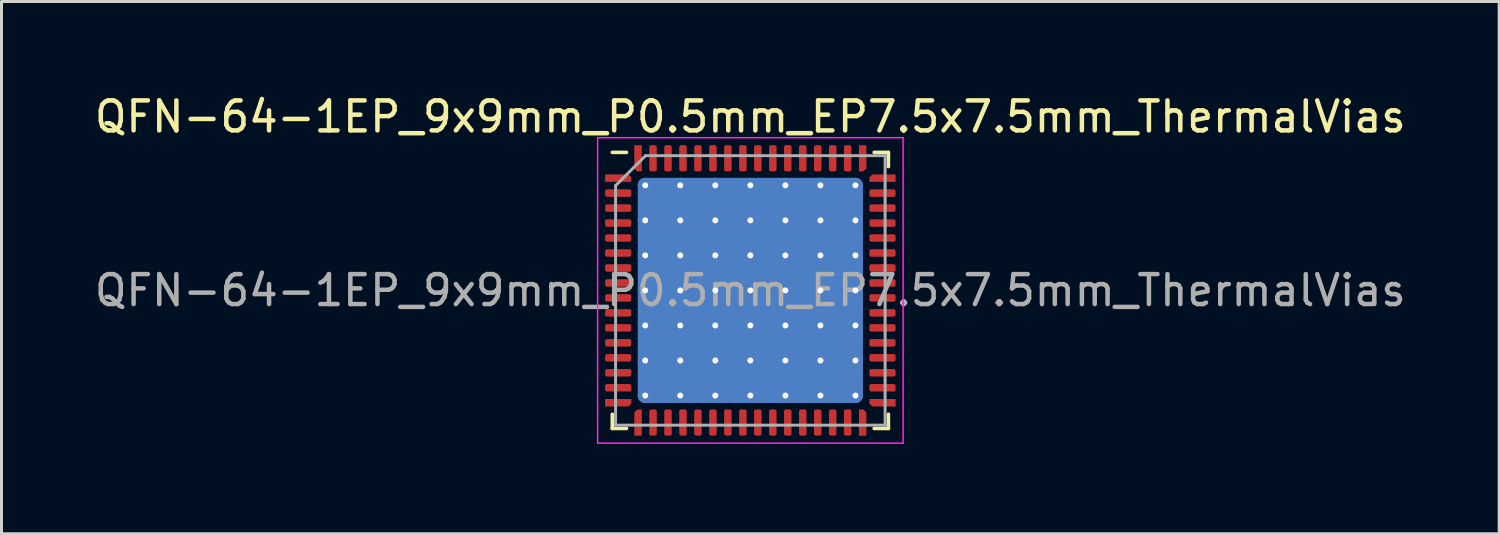
<source format=kicad_pcb>
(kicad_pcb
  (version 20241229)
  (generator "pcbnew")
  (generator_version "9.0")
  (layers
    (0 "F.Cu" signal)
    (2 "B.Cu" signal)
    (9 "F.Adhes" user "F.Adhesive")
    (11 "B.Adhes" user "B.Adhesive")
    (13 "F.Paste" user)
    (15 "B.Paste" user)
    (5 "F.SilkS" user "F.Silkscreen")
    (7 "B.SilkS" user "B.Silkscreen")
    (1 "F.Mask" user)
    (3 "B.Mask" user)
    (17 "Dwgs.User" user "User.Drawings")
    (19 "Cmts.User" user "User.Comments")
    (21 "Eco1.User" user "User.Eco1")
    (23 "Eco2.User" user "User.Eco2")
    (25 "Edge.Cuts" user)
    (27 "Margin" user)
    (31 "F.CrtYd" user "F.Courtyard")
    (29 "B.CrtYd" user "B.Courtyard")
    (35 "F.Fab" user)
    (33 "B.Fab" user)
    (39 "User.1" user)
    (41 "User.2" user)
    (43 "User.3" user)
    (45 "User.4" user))
  (footprint "QFN-64-1EP_9x9mm_P0.5mm_EP7.5x7.5mm_ThermalVias"
    (layer "F.Cu")
    (at 22.006 6.648)
    (property "Reference" "QFN-64-1EP_9x9mm_P0.5mm_EP7.5x7.5mm_ThermalVias" (at 0 -5.8 0) (layer "F.SilkS") (effects (font (size 1 1) (thickness 0.15))))
    (attr smd)
    (fp_line (start -4.61 4.61) (end -4.61 4.135) (stroke (width 0.12) (type solid)) (layer "F.SilkS"))
    (fp_line (start -4.135 -4.61) (end -4.61 -4.61) (stroke (width 0.12) (type solid)) (layer "F.SilkS"))
    (fp_line (start -4.135 4.61) (end -4.61 4.61) (stroke (width 0.12) (type solid)) (layer "F.SilkS"))
    (fp_line (start 4.135 -4.61) (end 4.61 -4.61) (stroke (width 0.12) (type solid)) (layer "F.SilkS"))
    (fp_line (start 4.135 4.61) (end 4.61 4.61) (stroke (width 0.12) (type solid)) (layer "F.SilkS"))
    (fp_line (start 4.61 -4.61) (end 4.61 -4.135) (stroke (width 0.12) (type solid)) (layer "F.SilkS"))
    (fp_line (start 4.61 4.61) (end 4.61 4.135) (stroke (width 0.12) (type solid)) (layer "F.SilkS"))
    (fp_line (start -5.1 -5.1) (end -5.1 5.1) (stroke (width 0.05) (type solid)) (layer "F.CrtYd"))
    (fp_line (start -5.1 5.1) (end 5.1 5.1) (stroke (width 0.05) (type solid)) (layer "F.CrtYd"))
    (fp_line (start 5.1 -5.1) (end -5.1 -5.1) (stroke (width 0.05) (type solid)) (layer "F.CrtYd"))
    (fp_line (start 5.1 5.1) (end 5.1 -5.1) (stroke (width 0.05) (type solid)) (layer "F.CrtYd"))
    (fp_line (start -4.5 -3.5) (end -3.5 -4.5) (stroke (width 0.1) (type solid)) (layer "F.Fab"))
    (fp_line (start -4.5 4.5) (end -4.5 -3.5) (stroke (width 0.1) (type solid)) (layer "F.Fab"))
    (fp_line (start -3.5 -4.5) (end 4.5 -4.5) (stroke (width 0.1) (type solid)) (layer "F.Fab"))
    (fp_line (start 4.5 -4.5) (end 4.5 4.5) (stroke (width 0.1) (type solid)) (layer "F.Fab"))
    (fp_line (start 4.5 4.5) (end -4.5 4.5) (stroke (width 0.1) (type solid)) (layer "F.Fab"))
    (fp_text user "${REFERENCE}" (at 0 0 0) (layer "F.Fab") (effects (font (size 1 1) (thickness 0.15))))
    (pad "" smd custom (at -2.925 -2.925) (size 0.922 0.922) (layers "F.Paste") (options (anchor circle)) (primitives (gr_poly (pts (xy -0.504 -0.383) (xy -0.383 -0.504) (xy 0.383 -0.504) (xy 0.504 -0.383) (xy 0.504 0.383) (xy 0.383 0.504) (xy -0.383 0.504) (xy -0.504 0.383)) (width 0) (fill yes))))
    (pad "" smd custom (at -2.925 -1.755) (size 0.922 0.922) (layers "F.Paste") (options (anchor circle)) (primitives (gr_poly (pts (xy -0.504 -0.383) (xy -0.383 -0.504) (xy 0.383 -0.504) (xy 0.504 -0.383) (xy 0.504 0.383) (xy 0.383 0.504) (xy -0.383 0.504) (xy -0.504 0.383)) (width 0) (fill yes))))
    (pad "" smd custom (at -2.925 -0.585) (size 0.922 0.922) (layers "F.Paste") (options (anchor circle)) (primitives (gr_poly (pts (xy -0.504 -0.383) (xy -0.383 -0.504) (xy 0.383 -0.504) (xy 0.504 -0.383) (xy 0.504 0.383) (xy 0.383 0.504) (xy -0.383 0.504) (xy -0.504 0.383)) (width 0) (fill yes))))
    (pad "" smd custom (at -2.925 0.585) (size 0.922 0.922) (layers "F.Paste") (options (anchor circle)) (primitives (gr_poly (pts (xy -0.504 -0.383) (xy -0.383 -0.504) (xy 0.383 -0.504) (xy 0.504 -0.383) (xy 0.504 0.383) (xy 0.383 0.504) (xy -0.383 0.504) (xy -0.504 0.383)) (width 0) (fill yes))))
    (pad "" smd custom (at -2.925 1.755) (size 0.922 0.922) (layers "F.Paste") (options (anchor circle)) (primitives (gr_poly (pts (xy -0.504 -0.383) (xy -0.383 -0.504) (xy 0.383 -0.504) (xy 0.504 -0.383) (xy 0.504 0.383) (xy 0.383 0.504) (xy -0.383 0.504) (xy -0.504 0.383)) (width 0) (fill yes))))
    (pad "" smd custom (at -2.925 2.925) (size 0.922 0.922) (layers "F.Paste") (options (anchor circle)) (primitives (gr_poly (pts (xy -0.504 -0.383) (xy -0.383 -0.504) (xy 0.383 -0.504) (xy 0.504 -0.383) (xy 0.504 0.383) (xy 0.383 0.504) (xy -0.383 0.504) (xy -0.504 0.383)) (width 0) (fill yes))))
    (pad "" smd custom (at -1.755 -2.925) (size 0.922 0.922) (layers "F.Paste") (options (anchor circle)) (primitives (gr_poly (pts (xy -0.504 -0.383) (xy -0.383 -0.504) (xy 0.383 -0.504) (xy 0.504 -0.383) (xy 0.504 0.383) (xy 0.383 0.504) (xy -0.383 0.504) (xy -0.504 0.383)) (width 0) (fill yes))))
    (pad "" smd custom (at -1.755 -1.755) (size 0.922 0.922) (layers "F.Paste") (options (anchor circle)) (primitives (gr_poly (pts (xy -0.504 -0.383) (xy -0.383 -0.504) (xy 0.383 -0.504) (xy 0.504 -0.383) (xy 0.504 0.383) (xy 0.383 0.504) (xy -0.383 0.504) (xy -0.504 0.383)) (width 0) (fill yes))))
    (pad "" smd custom (at -1.755 -0.585) (size 0.922 0.922) (layers "F.Paste") (options (anchor circle)) (primitives (gr_poly (pts (xy -0.504 -0.383) (xy -0.383 -0.504) (xy 0.383 -0.504) (xy 0.504 -0.383) (xy 0.504 0.383) (xy 0.383 0.504) (xy -0.383 0.504) (xy -0.504 0.383)) (width 0) (fill yes))))
    (pad "" smd custom (at -1.755 0.585) (size 0.922 0.922) (layers "F.Paste") (options (anchor circle)) (primitives (gr_poly (pts (xy -0.504 -0.383) (xy -0.383 -0.504) (xy 0.383 -0.504) (xy 0.504 -0.383) (xy 0.504 0.383) (xy 0.383 0.504) (xy -0.383 0.504) (xy -0.504 0.383)) (width 0) (fill yes))))
    (pad "" smd custom (at -1.755 1.755) (size 0.922 0.922) (layers "F.Paste") (options (anchor circle)) (primitives (gr_poly (pts (xy -0.504 -0.383) (xy -0.383 -0.504) (xy 0.383 -0.504) (xy 0.504 -0.383) (xy 0.504 0.383) (xy 0.383 0.504) (xy -0.383 0.504) (xy -0.504 0.383)) (width 0) (fill yes))))
    (pad "" smd custom (at -1.755 2.925) (size 0.922 0.922) (layers "F.Paste") (options (anchor circle)) (primitives (gr_poly (pts (xy -0.504 -0.383) (xy -0.383 -0.504) (xy 0.383 -0.504) (xy 0.504 -0.383) (xy 0.504 0.383) (xy 0.383 0.504) (xy -0.383 0.504) (xy -0.504 0.383)) (width 0) (fill yes))))
    (pad "" smd custom (at -0.585 -2.925) (size 0.922 0.922) (layers "F.Paste") (options (anchor circle)) (primitives (gr_poly (pts (xy -0.504 -0.383) (xy -0.383 -0.504) (xy 0.383 -0.504) (xy 0.504 -0.383) (xy 0.504 0.383) (xy 0.383 0.504) (xy -0.383 0.504) (xy -0.504 0.383)) (width 0) (fill yes))))
    (pad "" smd custom (at -0.585 -1.755) (size 0.922 0.922) (layers "F.Paste") (options (anchor circle)) (primitives (gr_poly (pts (xy -0.504 -0.383) (xy -0.383 -0.504) (xy 0.383 -0.504) (xy 0.504 -0.383) (xy 0.504 0.383) (xy 0.383 0.504) (xy -0.383 0.504) (xy -0.504 0.383)) (width 0) (fill yes))))
    (pad "" smd custom (at -0.585 -0.585) (size 0.922 0.922) (layers "F.Paste") (options (anchor circle)) (primitives (gr_poly (pts (xy -0.504 -0.383) (xy -0.383 -0.504) (xy 0.383 -0.504) (xy 0.504 -0.383) (xy 0.504 0.383) (xy 0.383 0.504) (xy -0.383 0.504) (xy -0.504 0.383)) (width 0) (fill yes))))
    (pad "" smd custom (at -0.585 0.585) (size 0.922 0.922) (layers "F.Paste") (options (anchor circle)) (primitives (gr_poly (pts (xy -0.504 -0.383) (xy -0.383 -0.504) (xy 0.383 -0.504) (xy 0.504 -0.383) (xy 0.504 0.383) (xy 0.383 0.504) (xy -0.383 0.504) (xy -0.504 0.383)) (width 0) (fill yes))))
    (pad "" smd custom (at -0.585 1.755) (size 0.922 0.922) (layers "F.Paste") (options (anchor circle)) (primitives (gr_poly (pts (xy -0.504 -0.383) (xy -0.383 -0.504) (xy 0.383 -0.504) (xy 0.504 -0.383) (xy 0.504 0.383) (xy 0.383 0.504) (xy -0.383 0.504) (xy -0.504 0.383)) (width 0) (fill yes))))
    (pad "" smd custom (at -0.585 2.925) (size 0.922 0.922) (layers "F.Paste") (options (anchor circle)) (primitives (gr_poly (pts (xy -0.504 -0.383) (xy -0.383 -0.504) (xy 0.383 -0.504) (xy 0.504 -0.383) (xy 0.504 0.383) (xy 0.383 0.504) (xy -0.383 0.504) (xy -0.504 0.383)) (width 0) (fill yes))))
    (pad "" smd custom (at 0.585 -2.925) (size 0.922 0.922) (layers "F.Paste") (options (anchor circle)) (primitives (gr_poly (pts (xy -0.504 -0.383) (xy -0.383 -0.504) (xy 0.383 -0.504) (xy 0.504 -0.383) (xy 0.504 0.383) (xy 0.383 0.504) (xy -0.383 0.504) (xy -0.504 0.383)) (width 0) (fill yes))))
    (pad "" smd custom (at 0.585 -1.755) (size 0.922 0.922) (layers "F.Paste") (options (anchor circle)) (primitives (gr_poly (pts (xy -0.504 -0.383) (xy -0.383 -0.504) (xy 0.383 -0.504) (xy 0.504 -0.383) (xy 0.504 0.383) (xy 0.383 0.504) (xy -0.383 0.504) (xy -0.504 0.383)) (width 0) (fill yes))))
    (pad "" smd custom (at 0.585 -0.585) (size 0.922 0.922) (layers "F.Paste") (options (anchor circle)) (primitives (gr_poly (pts (xy -0.504 -0.383) (xy -0.383 -0.504) (xy 0.383 -0.504) (xy 0.504 -0.383) (xy 0.504 0.383) (xy 0.383 0.504) (xy -0.383 0.504) (xy -0.504 0.383)) (width 0) (fill yes))))
    (pad "" smd custom (at 0.585 0.585) (size 0.922 0.922) (layers "F.Paste") (options (anchor circle)) (primitives (gr_poly (pts (xy -0.504 -0.383) (xy -0.383 -0.504) (xy 0.383 -0.504) (xy 0.504 -0.383) (xy 0.504 0.383) (xy 0.383 0.504) (xy -0.383 0.504) (xy -0.504 0.383)) (width 0) (fill yes))))
    (pad "" smd custom (at 0.585 1.755) (size 0.922 0.922) (layers "F.Paste") (options (anchor circle)) (primitives (gr_poly (pts (xy -0.504 -0.383) (xy -0.383 -0.504) (xy 0.383 -0.504) (xy 0.504 -0.383) (xy 0.504 0.383) (xy 0.383 0.504) (xy -0.383 0.504) (xy -0.504 0.383)) (width 0) (fill yes))))
    (pad "" smd custom (at 0.585 2.925) (size 0.922 0.922) (layers "F.Paste") (options (anchor circle)) (primitives (gr_poly (pts (xy -0.504 -0.383) (xy -0.383 -0.504) (xy 0.383 -0.504) (xy 0.504 -0.383) (xy 0.504 0.383) (xy 0.383 0.504) (xy -0.383 0.504) (xy -0.504 0.383)) (width 0) (fill yes))))
    (pad "" smd custom (at 1.755 -2.925) (size 0.922 0.922) (layers "F.Paste") (options (anchor circle)) (primitives (gr_poly (pts (xy -0.504 -0.383) (xy -0.383 -0.504) (xy 0.383 -0.504) (xy 0.504 -0.383) (xy 0.504 0.383) (xy 0.383 0.504) (xy -0.383 0.504) (xy -0.504 0.383)) (width 0) (fill yes))))
    (pad "" smd custom (at 1.755 -1.755) (size 0.922 0.922) (layers "F.Paste") (options (anchor circle)) (primitives (gr_poly (pts (xy -0.504 -0.383) (xy -0.383 -0.504) (xy 0.383 -0.504) (xy 0.504 -0.383) (xy 0.504 0.383) (xy 0.383 0.504) (xy -0.383 0.504) (xy -0.504 0.383)) (width 0) (fill yes))))
    (pad "" smd custom (at 1.755 -0.585) (size 0.922 0.922) (layers "F.Paste") (options (anchor circle)) (primitives (gr_poly (pts (xy -0.504 -0.383) (xy -0.383 -0.504) (xy 0.383 -0.504) (xy 0.504 -0.383) (xy 0.504 0.383) (xy 0.383 0.504) (xy -0.383 0.504) (xy -0.504 0.383)) (width 0) (fill yes))))
    (pad "" smd custom (at 1.755 0.585) (size 0.922 0.922) (layers "F.Paste") (options (anchor circle)) (primitives (gr_poly (pts (xy -0.504 -0.383) (xy -0.383 -0.504) (xy 0.383 -0.504) (xy 0.504 -0.383) (xy 0.504 0.383) (xy 0.383 0.504) (xy -0.383 0.504) (xy -0.504 0.383)) (width 0) (fill yes))))
    (pad "" smd custom (at 1.755 1.755) (size 0.922 0.922) (layers "F.Paste") (options (anchor circle)) (primitives (gr_poly (pts (xy -0.504 -0.383) (xy -0.383 -0.504) (xy 0.383 -0.504) (xy 0.504 -0.383) (xy 0.504 0.383) (xy 0.383 0.504) (xy -0.383 0.504) (xy -0.504 0.383)) (width 0) (fill yes))))
    (pad "" smd custom (at 1.755 2.925) (size 0.922 0.922) (layers "F.Paste") (options (anchor circle)) (primitives (gr_poly (pts (xy -0.504 -0.383) (xy -0.383 -0.504) (xy 0.383 -0.504) (xy 0.504 -0.383) (xy 0.504 0.383) (xy 0.383 0.504) (xy -0.383 0.504) (xy -0.504 0.383)) (width 0) (fill yes))))
    (pad "" smd custom (at 2.925 -2.925) (size 0.922 0.922) (layers "F.Paste") (options (anchor circle)) (primitives (gr_poly (pts (xy -0.504 -0.383) (xy -0.383 -0.504) (xy 0.383 -0.504) (xy 0.504 -0.383) (xy 0.504 0.383) (xy 0.383 0.504) (xy -0.383 0.504) (xy -0.504 0.383)) (width 0) (fill yes))))
    (pad "" smd custom (at 2.925 -1.755) (size 0.922 0.922) (layers "F.Paste") (options (anchor circle)) (primitives (gr_poly (pts (xy -0.504 -0.383) (xy -0.383 -0.504) (xy 0.383 -0.504) (xy 0.504 -0.383) (xy 0.504 0.383) (xy 0.383 0.504) (xy -0.383 0.504) (xy -0.504 0.383)) (width 0) (fill yes))))
    (pad "" smd custom (at 2.925 -0.585) (size 0.922 0.922) (layers "F.Paste") (options (anchor circle)) (primitives (gr_poly (pts (xy -0.504 -0.383) (xy -0.383 -0.504) (xy 0.383 -0.504) (xy 0.504 -0.383) (xy 0.504 0.383) (xy 0.383 0.504) (xy -0.383 0.504) (xy -0.504 0.383)) (width 0) (fill yes))))
    (pad "" smd custom (at 2.925 0.585) (size 0.922 0.922) (layers "F.Paste") (options (anchor circle)) (primitives (gr_poly (pts (xy -0.504 -0.383) (xy -0.383 -0.504) (xy 0.383 -0.504) (xy 0.504 -0.383) (xy 0.504 0.383) (xy 0.383 0.504) (xy -0.383 0.504) (xy -0.504 0.383)) (width 0) (fill yes))))
    (pad "" smd custom (at 2.925 1.755) (size 0.922 0.922) (layers "F.Paste") (options (anchor circle)) (primitives (gr_poly (pts (xy -0.504 -0.383) (xy -0.383 -0.504) (xy 0.383 -0.504) (xy 0.504 -0.383) (xy 0.504 0.383) (xy 0.383 0.504) (xy -0.383 0.504) (xy -0.504 0.383)) (width 0) (fill yes))))
    (pad "" smd custom (at 2.925 2.925) (size 0.922 0.922) (layers "F.Paste") (options (anchor circle)) (primitives (gr_poly (pts (xy -0.504 -0.383) (xy -0.383 -0.504) (xy 0.383 -0.504) (xy 0.504 -0.383) (xy 0.504 0.383) (xy 0.383 0.504) (xy -0.383 0.504) (xy -0.504 0.383)) (width 0) (fill yes))))
    (pad "1" smd custom (at -4.412 -3.75) (size 0.179 0.179) (layers "F.Cu" "F.Mask" "F.Paste") (options (anchor circle)) (primitives (gr_poly (pts (xy -0.438 -0.125) (xy 0.338 -0.125) (xy 0.438 -0.025) (xy 0.438 0.125) (xy -0.438 0.125)) (width 0) (fill yes))))
    (pad "2" smd roundrect (at -4.412 -3.25) (size 0.875 0.25) (layers "F.Cu" "F.Mask" "F.Paste") (roundrect_rratio 0.25))
    (pad "3" smd roundrect (at -4.412 -2.75) (size 0.875 0.25) (layers "F.Cu" "F.Mask" "F.Paste") (roundrect_rratio 0.25))
    (pad "4" smd roundrect (at -4.412 -2.25) (size 0.875 0.25) (layers "F.Cu" "F.Mask" "F.Paste") (roundrect_rratio 0.25))
    (pad "5" smd roundrect (at -4.412 -1.75) (size 0.875 0.25) (layers "F.Cu" "F.Mask" "F.Paste") (roundrect_rratio 0.25))
    (pad "6" smd roundrect (at -4.412 -1.25) (size 0.875 0.25) (layers "F.Cu" "F.Mask" "F.Paste") (roundrect_rratio 0.25))
    (pad "7" smd roundrect (at -4.412 -0.75) (size 0.875 0.25) (layers "F.Cu" "F.Mask" "F.Paste") (roundrect_rratio 0.25))
    (pad "8" smd roundrect (at -4.412 -0.25) (size 0.875 0.25) (layers "F.Cu" "F.Mask" "F.Paste") (roundrect_rratio 0.25))
    (pad "9" smd roundrect (at -4.412 0.25) (size 0.875 0.25) (layers "F.Cu" "F.Mask" "F.Paste") (roundrect_rratio 0.25))
    (pad "10" smd roundrect (at -4.412 0.75) (size 0.875 0.25) (layers "F.Cu" "F.Mask" "F.Paste") (roundrect_rratio 0.25))
    (pad "11" smd roundrect (at -4.412 1.25) (size 0.875 0.25) (layers "F.Cu" "F.Mask" "F.Paste") (roundrect_rratio 0.25))
    (pad "12" smd roundrect (at -4.412 1.75) (size 0.875 0.25) (layers "F.Cu" "F.Mask" "F.Paste") (roundrect_rratio 0.25))
    (pad "13" smd roundrect (at -4.412 2.25) (size 0.875 0.25) (layers "F.Cu" "F.Mask" "F.Paste") (roundrect_rratio 0.25))
    (pad "14" smd roundrect (at -4.412 2.75) (size 0.875 0.25) (layers "F.Cu" "F.Mask" "F.Paste") (roundrect_rratio 0.25))
    (pad "15" smd roundrect (at -4.412 3.25) (size 0.875 0.25) (layers "F.Cu" "F.Mask" "F.Paste") (roundrect_rratio 0.25))
    (pad "16" smd custom (at -4.412 3.75) (size 0.179 0.179) (layers "F.Cu" "F.Mask" "F.Paste") (options (anchor circle)) (primitives (gr_poly (pts (xy -0.438 -0.125) (xy 0.438 -0.125) (xy 0.438 0.025) (xy 0.338 0.125) (xy -0.438 0.125)) (width 0) (fill yes))))
    (pad "17" smd custom (at -3.75 4.412) (size 0.179 0.179) (layers "F.Cu" "F.Mask" "F.Paste") (options (anchor circle)) (primitives (gr_poly (pts (xy -0.125 -0.338) (xy -0.025 -0.438) (xy 0.125 -0.438) (xy 0.125 0.438) (xy -0.125 0.438)) (width 0) (fill yes))))
    (pad "18" smd roundrect (at -3.25 4.412) (size 0.25 0.875) (layers "F.Cu" "F.Mask" "F.Paste") (roundrect_rratio 0.25))
    (pad "19" smd roundrect (at -2.75 4.412) (size 0.25 0.875) (layers "F.Cu" "F.Mask" "F.Paste") (roundrect_rratio 0.25))
    (pad "20" smd roundrect (at -2.25 4.412) (size 0.25 0.875) (layers "F.Cu" "F.Mask" "F.Paste") (roundrect_rratio 0.25))
    (pad "21" smd roundrect (at -1.75 4.412) (size 0.25 0.875) (layers "F.Cu" "F.Mask" "F.Paste") (roundrect_rratio 0.25))
    (pad "22" smd roundrect (at -1.25 4.412) (size 0.25 0.875) (layers "F.Cu" "F.Mask" "F.Paste") (roundrect_rratio 0.25))
    (pad "23" smd roundrect (at -0.75 4.412) (size 0.25 0.875) (layers "F.Cu" "F.Mask" "F.Paste") (roundrect_rratio 0.25))
    (pad "24" smd roundrect (at -0.25 4.412) (size 0.25 0.875) (layers "F.Cu" "F.Mask" "F.Paste") (roundrect_rratio 0.25))
    (pad "25" smd roundrect (at 0.25 4.412) (size 0.25 0.875) (layers "F.Cu" "F.Mask" "F.Paste") (roundrect_rratio 0.25))
    (pad "26" smd roundrect (at 0.75 4.412) (size 0.25 0.875) (layers "F.Cu" "F.Mask" "F.Paste") (roundrect_rratio 0.25))
    (pad "27" smd roundrect (at 1.25 4.412) (size 0.25 0.875) (layers "F.Cu" "F.Mask" "F.Paste") (roundrect_rratio 0.25))
    (pad "28" smd roundrect (at 1.75 4.412) (size 0.25 0.875) (layers "F.Cu" "F.Mask" "F.Paste") (roundrect_rratio 0.25))
    (pad "29" smd roundrect (at 2.25 4.412) (size 0.25 0.875) (layers "F.Cu" "F.Mask" "F.Paste") (roundrect_rratio 0.25))
    (pad "30" smd roundrect (at 2.75 4.412) (size 0.25 0.875) (layers "F.Cu" "F.Mask" "F.Paste") (roundrect_rratio 0.25))
    (pad "31" smd roundrect (at 3.25 4.412) (size 0.25 0.875) (layers "F.Cu" "F.Mask" "F.Paste") (roundrect_rratio 0.25))
    (pad "32" smd custom (at 3.75 4.412) (size 0.179 0.179) (layers "F.Cu" "F.Mask" "F.Paste") (options (anchor circle)) (primitives (gr_poly (pts (xy -0.125 -0.438) (xy 0.025 -0.438) (xy 0.125 -0.338) (xy 0.125 0.438) (xy -0.125 0.438)) (width 0) (fill yes))))
    (pad "33" smd custom (at 4.412 3.75) (size 0.179 0.179) (layers "F.Cu" "F.Mask" "F.Paste") (options (anchor circle)) (primitives (gr_poly (pts (xy -0.438 -0.125) (xy 0.438 -0.125) (xy 0.438 0.125) (xy -0.338 0.125) (xy -0.438 0.025)) (width 0) (fill yes))))
    (pad "34" smd roundrect (at 4.412 3.25) (size 0.875 0.25) (layers "F.Cu" "F.Mask" "F.Paste") (roundrect_rratio 0.25))
    (pad "35" smd roundrect (at 4.412 2.75) (size 0.875 0.25) (layers "F.Cu" "F.Mask" "F.Paste") (roundrect_rratio 0.25))
    (pad "36" smd roundrect (at 4.412 2.25) (size 0.875 0.25) (layers "F.Cu" "F.Mask" "F.Paste") (roundrect_rratio 0.25))
    (pad "37" smd roundrect (at 4.412 1.75) (size 0.875 0.25) (layers "F.Cu" "F.Mask" "F.Paste") (roundrect_rratio 0.25))
    (pad "38" smd roundrect (at 4.412 1.25) (size 0.875 0.25) (layers "F.Cu" "F.Mask" "F.Paste") (roundrect_rratio 0.25))
    (pad "39" smd roundrect (at 4.412 0.75) (size 0.875 0.25) (layers "F.Cu" "F.Mask" "F.Paste") (roundrect_rratio 0.25))
    (pad "40" smd roundrect (at 4.412 0.25) (size 0.875 0.25) (layers "F.Cu" "F.Mask" "F.Paste") (roundrect_rratio 0.25))
    (pad "41" smd roundrect (at 4.412 -0.25) (size 0.875 0.25) (layers "F.Cu" "F.Mask" "F.Paste") (roundrect_rratio 0.25))
    (pad "42" smd roundrect (at 4.412 -0.75) (size 0.875 0.25) (layers "F.Cu" "F.Mask" "F.Paste") (roundrect_rratio 0.25))
    (pad "43" smd roundrect (at 4.412 -1.25) (size 0.875 0.25) (layers "F.Cu" "F.Mask" "F.Paste") (roundrect_rratio 0.25))
    (pad "44" smd roundrect (at 4.412 -1.75) (size 0.875 0.25) (layers "F.Cu" "F.Mask" "F.Paste") (roundrect_rratio 0.25))
    (pad "45" smd roundrect (at 4.412 -2.25) (size 0.875 0.25) (layers "F.Cu" "F.Mask" "F.Paste") (roundrect_rratio 0.25))
    (pad "46" smd roundrect (at 4.412 -2.75) (size 0.875 0.25) (layers "F.Cu" "F.Mask" "F.Paste") (roundrect_rratio 0.25))
    (pad "47" smd roundrect (at 4.412 -3.25) (size 0.875 0.25) (layers "F.Cu" "F.Mask" "F.Paste") (roundrect_rratio 0.25))
    (pad "48" smd custom (at 4.412 -3.75) (size 0.179 0.179) (layers "F.Cu" "F.Mask" "F.Paste") (options (anchor circle)) (primitives (gr_poly (pts (xy -0.438 -0.025) (xy -0.338 -0.125) (xy 0.438 -0.125) (xy 0.438 0.125) (xy -0.438 0.125)) (width 0) (fill yes))))
    (pad "49" smd custom (at 3.75 -4.412) (size 0.179 0.179) (layers "F.Cu" "F.Mask" "F.Paste") (options (anchor circle)) (primitives (gr_poly (pts (xy -0.125 -0.438) (xy 0.125 -0.438) (xy 0.125 0.338) (xy 0.025 0.438) (xy -0.125 0.438)) (width 0) (fill yes))))
    (pad "50" smd roundrect (at 3.25 -4.412) (size 0.25 0.875) (layers "F.Cu" "F.Mask" "F.Paste") (roundrect_rratio 0.25))
    (pad "51" smd roundrect (at 2.75 -4.412) (size 0.25 0.875) (layers "F.Cu" "F.Mask" "F.Paste") (roundrect_rratio 0.25))
    (pad "52" smd roundrect (at 2.25 -4.412) (size 0.25 0.875) (layers "F.Cu" "F.Mask" "F.Paste") (roundrect_rratio 0.25))
    (pad "53" smd roundrect (at 1.75 -4.412) (size 0.25 0.875) (layers "F.Cu" "F.Mask" "F.Paste") (roundrect_rratio 0.25))
    (pad "54" smd roundrect (at 1.25 -4.412) (size 0.25 0.875) (layers "F.Cu" "F.Mask" "F.Paste") (roundrect_rratio 0.25))
    (pad "55" smd roundrect (at 0.75 -4.412) (size 0.25 0.875) (layers "F.Cu" "F.Mask" "F.Paste") (roundrect_rratio 0.25))
    (pad "56" smd roundrect (at 0.25 -4.412) (size 0.25 0.875) (layers "F.Cu" "F.Mask" "F.Paste") (roundrect_rratio 0.25))
    (pad "57" smd roundrect (at -0.25 -4.412) (size 0.25 0.875) (layers "F.Cu" "F.Mask" "F.Paste") (roundrect_rratio 0.25))
    (pad "58" smd roundrect (at -0.75 -4.412) (size 0.25 0.875) (layers "F.Cu" "F.Mask" "F.Paste") (roundrect_rratio 0.25))
    (pad "59" smd roundrect (at -1.25 -4.412) (size 0.25 0.875) (layers "F.Cu" "F.Mask" "F.Paste") (roundrect_rratio 0.25))
    (pad "60" smd roundrect (at -1.75 -4.412) (size 0.25 0.875) (layers "F.Cu" "F.Mask" "F.Paste") (roundrect_rratio 0.25))
    (pad "61" smd roundrect (at -2.25 -4.412) (size 0.25 0.875) (layers "F.Cu" "F.Mask" "F.Paste") (roundrect_rratio 0.25))
    (pad "62" smd roundrect (at -2.75 -4.412) (size 0.25 0.875) (layers "F.Cu" "F.Mask" "F.Paste") (roundrect_rratio 0.25))
    (pad "63" smd roundrect (at -3.25 -4.412) (size 0.25 0.875) (layers "F.Cu" "F.Mask" "F.Paste") (roundrect_rratio 0.25))
    (pad "64" smd custom (at -3.75 -4.412) (size 0.179 0.179) (layers "F.Cu" "F.Mask" "F.Paste") (options (anchor circle)) (primitives (gr_poly (pts (xy -0.125 -0.438) (xy 0.125 -0.438) (xy 0.125 0.438) (xy -0.025 0.438) (xy -0.125 0.338)) (width 0) (fill yes))))
    (pad "65" thru_hole circle (at -3.51 -3.51) (size 0.5 0.5) (drill 0.2) (layers "*.Cu"))
    (pad "65" thru_hole circle (at -3.51 -2.34) (size 0.5 0.5) (drill 0.2) (layers "*.Cu"))
    (pad "65" thru_hole circle (at -3.51 -1.17) (size 0.5 0.5) (drill 0.2) (layers "*.Cu"))
    (pad "65" thru_hole circle (at -3.51 0) (size 0.5 0.5) (drill 0.2) (layers "*.Cu"))
    (pad "65" thru_hole circle (at -3.51 1.17) (size 0.5 0.5) (drill 0.2) (layers "*.Cu"))
    (pad "65" thru_hole circle (at -3.51 2.34) (size 0.5 0.5) (drill 0.2) (layers "*.Cu"))
    (pad "65" thru_hole circle (at -3.51 3.51) (size 0.5 0.5) (drill 0.2) (layers "*.Cu"))
    (pad "65" thru_hole circle (at -2.34 -3.51) (size 0.5 0.5) (drill 0.2) (layers "*.Cu"))
    (pad "65" thru_hole circle (at -2.34 -2.34) (size 0.5 0.5) (drill 0.2) (layers "*.Cu"))
    (pad "65" thru_hole circle (at -2.34 -1.17) (size 0.5 0.5) (drill 0.2) (layers "*.Cu"))
    (pad "65" thru_hole circle (at -2.34 0) (size 0.5 0.5) (drill 0.2) (layers "*.Cu"))
    (pad "65" thru_hole circle (at -2.34 1.17) (size 0.5 0.5) (drill 0.2) (layers "*.Cu"))
    (pad "65" thru_hole circle (at -2.34 2.34) (size 0.5 0.5) (drill 0.2) (layers "*.Cu"))
    (pad "65" thru_hole circle (at -2.34 3.51) (size 0.5 0.5) (drill 0.2) (layers "*.Cu"))
    (pad "65" thru_hole circle (at -1.17 -3.51) (size 0.5 0.5) (drill 0.2) (layers "*.Cu"))
    (pad "65" thru_hole circle (at -1.17 -2.34) (size 0.5 0.5) (drill 0.2) (layers "*.Cu"))
    (pad "65" thru_hole circle (at -1.17 -1.17) (size 0.5 0.5) (drill 0.2) (layers "*.Cu"))
    (pad "65" thru_hole circle (at -1.17 0) (size 0.5 0.5) (drill 0.2) (layers "*.Cu"))
    (pad "65" thru_hole circle (at -1.17 1.17) (size 0.5 0.5) (drill 0.2) (layers "*.Cu"))
    (pad "65" thru_hole circle (at -1.17 2.34) (size 0.5 0.5) (drill 0.2) (layers "*.Cu"))
    (pad "65" thru_hole circle (at -1.17 3.51) (size 0.5 0.5) (drill 0.2) (layers "*.Cu"))
    (pad "65" thru_hole circle (at 0 -3.51) (size 0.5 0.5) (drill 0.2) (layers "*.Cu"))
    (pad "65" thru_hole circle (at 0 -2.34) (size 0.5 0.5) (drill 0.2) (layers "*.Cu"))
    (pad "65" thru_hole circle (at 0 -1.17) (size 0.5 0.5) (drill 0.2) (layers "*.Cu"))
    (pad "65" thru_hole circle (at 0 0) (size 0.5 0.5) (drill 0.2) (layers "*.Cu"))
    (pad "65" smd roundrect (at 0 0) (size 7.5 7.5) (layers "F.Cu" "F.Mask") (roundrect_rratio 0.033))
    (pad "65" smd roundrect (at 0 0) (size 7.52 7.52) (layers "B.Cu") (roundrect_rratio 0.033))
    (pad "65" thru_hole circle (at 0 1.17) (size 0.5 0.5) (drill 0.2) (layers "*.Cu"))
    (pad "65" thru_hole circle (at 0 2.34) (size 0.5 0.5) (drill 0.2) (layers "*.Cu"))
    (pad "65" thru_hole circle (at 0 3.51) (size 0.5 0.5) (drill 0.2) (layers "*.Cu"))
    (pad "65" thru_hole circle (at 1.17 -3.51) (size 0.5 0.5) (drill 0.2) (layers "*.Cu"))
    (pad "65" thru_hole circle (at 1.17 -2.34) (size 0.5 0.5) (drill 0.2) (layers "*.Cu"))
    (pad "65" thru_hole circle (at 1.17 -1.17) (size 0.5 0.5) (drill 0.2) (layers "*.Cu"))
    (pad "65" thru_hole circle (at 1.17 0) (size 0.5 0.5) (drill 0.2) (layers "*.Cu"))
    (pad "65" thru_hole circle (at 1.17 1.17) (size 0.5 0.5) (drill 0.2) (layers "*.Cu"))
    (pad "65" thru_hole circle (at 1.17 2.34) (size 0.5 0.5) (drill 0.2) (layers "*.Cu"))
    (pad "65" thru_hole circle (at 1.17 3.51) (size 0.5 0.5) (drill 0.2) (layers "*.Cu"))
    (pad "65" thru_hole circle (at 2.34 -3.51) (size 0.5 0.5) (drill 0.2) (layers "*.Cu"))
    (pad "65" thru_hole circle (at 2.34 -2.34) (size 0.5 0.5) (drill 0.2) (layers "*.Cu"))
    (pad "65" thru_hole circle (at 2.34 -1.17) (size 0.5 0.5) (drill 0.2) (layers "*.Cu"))
    (pad "65" thru_hole circle (at 2.34 0) (size 0.5 0.5) (drill 0.2) (layers "*.Cu"))
    (pad "65" thru_hole circle (at 2.34 1.17) (size 0.5 0.5) (drill 0.2) (layers "*.Cu"))
    (pad "65" thru_hole circle (at 2.34 2.34) (size 0.5 0.5) (drill 0.2) (layers "*.Cu"))
    (pad "65" thru_hole circle (at 2.34 3.51) (size 0.5 0.5) (drill 0.2) (layers "*.Cu"))
    (pad "65" thru_hole circle (at 3.51 -3.51) (size 0.5 0.5) (drill 0.2) (layers "*.Cu"))
    (pad "65" thru_hole circle (at 3.51 -2.34) (size 0.5 0.5) (drill 0.2) (layers "*.Cu"))
    (pad "65" thru_hole circle (at 3.51 -1.17) (size 0.5 0.5) (drill 0.2) (layers "*.Cu"))
    (pad "65" thru_hole circle (at 3.51 0) (size 0.5 0.5) (drill 0.2) (layers "*.Cu"))
    (pad "65" thru_hole circle (at 3.51 1.17) (size 0.5 0.5) (drill 0.2) (layers "*.Cu"))
    (pad "65" thru_hole circle (at 3.51 2.34) (size 0.5 0.5) (drill 0.2) (layers "*.Cu"))
    (pad "65" thru_hole circle (at 3.51 3.51) (size 0.5 0.5) (drill 0.2) (layers "*.Cu")))
  (gr_rect
    (start -3 -3)
    (end 47.012 14.773)
    (stroke (width 0.1) (type default))
    (fill no)
    (layer "Edge.Cuts")))
</source>
